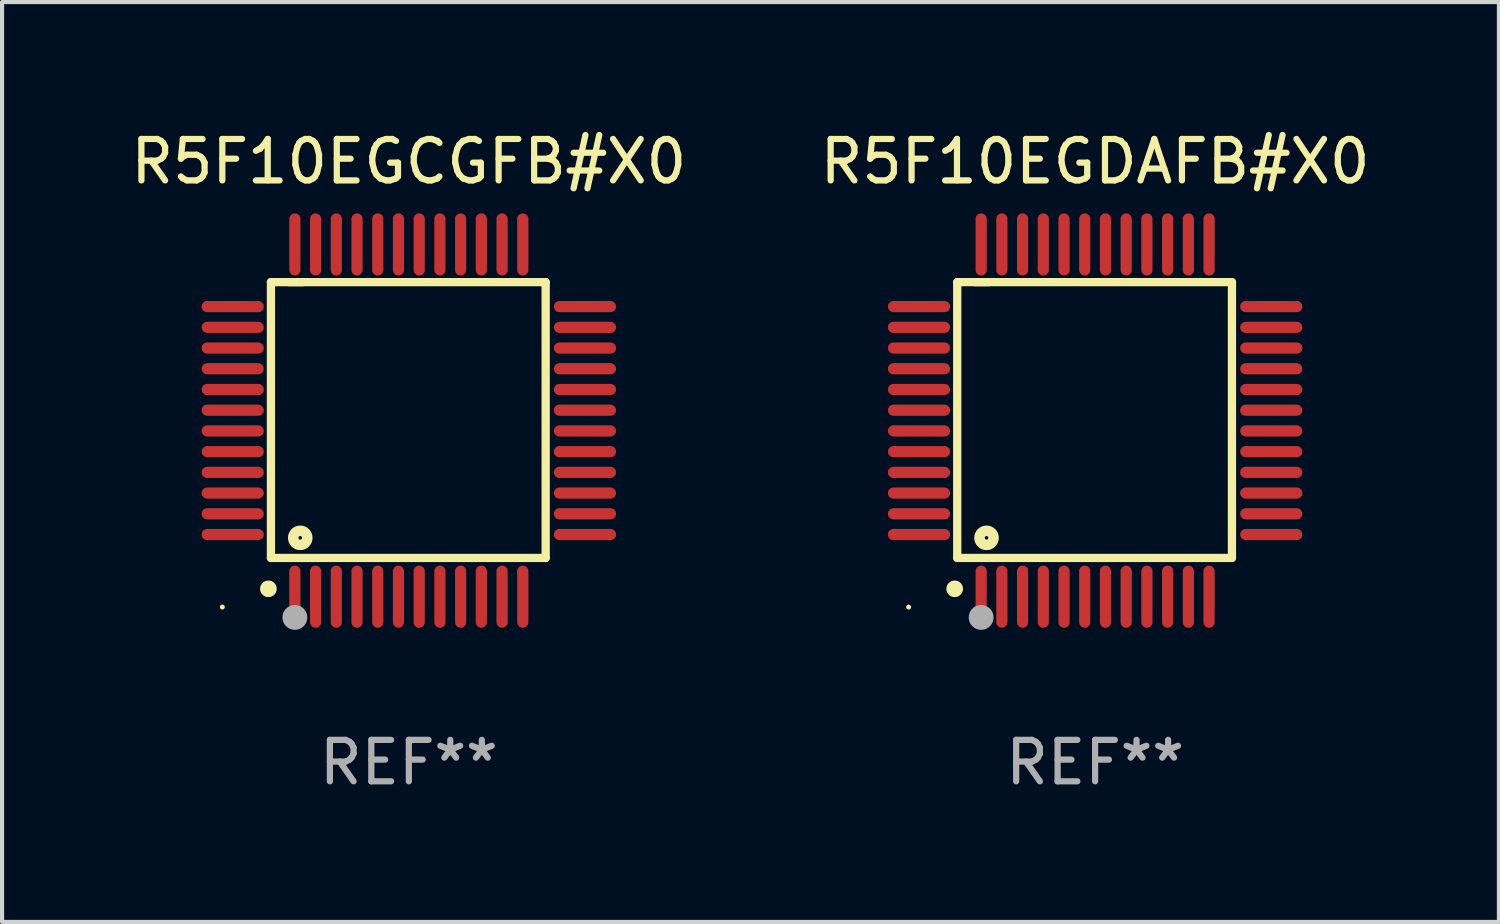
<source format=kicad_pcb>
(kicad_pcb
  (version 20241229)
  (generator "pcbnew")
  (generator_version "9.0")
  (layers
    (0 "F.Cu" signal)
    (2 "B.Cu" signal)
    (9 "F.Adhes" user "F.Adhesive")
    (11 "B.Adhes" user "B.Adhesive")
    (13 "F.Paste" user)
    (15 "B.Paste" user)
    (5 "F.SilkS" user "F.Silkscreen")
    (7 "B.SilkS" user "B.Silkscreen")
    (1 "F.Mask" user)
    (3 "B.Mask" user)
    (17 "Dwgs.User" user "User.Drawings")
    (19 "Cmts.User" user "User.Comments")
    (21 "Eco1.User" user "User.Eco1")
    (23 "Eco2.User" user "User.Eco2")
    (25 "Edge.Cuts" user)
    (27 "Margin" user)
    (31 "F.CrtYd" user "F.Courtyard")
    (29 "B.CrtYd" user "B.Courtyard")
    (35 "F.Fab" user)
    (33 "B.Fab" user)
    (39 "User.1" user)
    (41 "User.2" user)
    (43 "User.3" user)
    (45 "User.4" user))
  (footprint "R5F10EGDAFB#X0"
    (layer "F.Cu")
    (at 23.375 7.098)
    (property "Reference" "R5F10EGDAFB#X0" (at 0 -6.25 0) (layer "F.SilkS") (effects (font (size 1 1) (thickness 0.15))))
    (attr through_hole)
    (fp_line (start -3.327 -3.34) (end -2.565 -3.34) (stroke (width 0.2) (type solid)) (layer "F.SilkS"))
    (fp_line (start -3.327 3.315) (end -3.327 -3.34) (stroke (width 0.2) (type solid)) (layer "F.SilkS"))
    (fp_line (start -2.896 -3.34) (end 3.302 -3.34) (stroke (width 0.2) (type solid)) (layer "F.SilkS"))
    (fp_line (start 3.302 -3.34) (end 3.302 3.315) (stroke (width 0.2) (type solid)) (layer "F.SilkS"))
    (fp_line (start 3.302 3.315) (end -3.327 3.315) (stroke (width 0.2) (type solid)) (layer "F.SilkS"))
    (fp_arc (start -3.389992 4.059995) (mid -3.388722 4.059991) (end -3.387452 4.059995) (stroke (width 0.4) (type solid)) (layer "F.SilkS"))
    (fp_circle (center -4.5 4.5) (end -4.47 4.5) (stroke (width 0.06) (type solid)) (fill no) (layer "F.SilkS"))
    (fp_circle (center -2.62 2.83) (end -2.45 2.83) (stroke (width 0.254) (type solid)) (fill no) (layer "F.SilkS"))
    (fp_circle (center -2.75 4.75) (end -2.6 4.75) (stroke (width 0.3) (type solid)) (fill no) (layer "F.Fab"))
    (fp_text user "REF**" (at 0 8.25 0) (layer "F.Fab") (effects (font (size 1 1) (thickness 0.15))))
    (pad "1" smd oval (at -2.75 4.25) (size 0.27 1.5) (layers "F.Cu" "F.Mask" "F.Paste"))
    (pad "2" smd oval (at -2.25 4.25) (size 0.27 1.5) (layers "F.Cu" "F.Mask" "F.Paste"))
    (pad "3" smd oval (at -1.75 4.25) (size 0.27 1.5) (layers "F.Cu" "F.Mask" "F.Paste"))
    (pad "4" smd oval (at -1.25 4.25) (size 0.27 1.5) (layers "F.Cu" "F.Mask" "F.Paste"))
    (pad "5" smd oval (at -0.75 4.25) (size 0.27 1.5) (layers "F.Cu" "F.Mask" "F.Paste"))
    (pad "6" smd oval (at -0.25 4.25) (size 0.27 1.5) (layers "F.Cu" "F.Mask" "F.Paste"))
    (pad "7" smd oval (at 0.25 4.25) (size 0.27 1.5) (layers "F.Cu" "F.Mask" "F.Paste"))
    (pad "8" smd oval (at 0.75 4.25) (size 0.27 1.5) (layers "F.Cu" "F.Mask" "F.Paste"))
    (pad "9" smd oval (at 1.25 4.25) (size 0.27 1.5) (layers "F.Cu" "F.Mask" "F.Paste"))
    (pad "10" smd oval (at 1.75 4.25) (size 0.27 1.5) (layers "F.Cu" "F.Mask" "F.Paste"))
    (pad "11" smd oval (at 2.25 4.25) (size 0.27 1.5) (layers "F.Cu" "F.Mask" "F.Paste"))
    (pad "12" smd oval (at 2.75 4.25) (size 0.27 1.5) (layers "F.Cu" "F.Mask" "F.Paste"))
    (pad "13" smd oval (at 4.25 2.75) (size 1.5 0.27) (layers "F.Cu" "F.Mask" "F.Paste"))
    (pad "14" smd oval (at 4.25 2.25) (size 1.5 0.27) (layers "F.Cu" "F.Mask" "F.Paste"))
    (pad "15" smd oval (at 4.25 1.75) (size 1.5 0.27) (layers "F.Cu" "F.Mask" "F.Paste"))
    (pad "16" smd oval (at 4.25 1.25) (size 1.5 0.27) (layers "F.Cu" "F.Mask" "F.Paste"))
    (pad "17" smd oval (at 4.25 0.75) (size 1.5 0.27) (layers "F.Cu" "F.Mask" "F.Paste"))
    (pad "18" smd oval (at 4.25 0.25) (size 1.5 0.27) (layers "F.Cu" "F.Mask" "F.Paste"))
    (pad "19" smd oval (at 4.25 -0.25) (size 1.5 0.27) (layers "F.Cu" "F.Mask" "F.Paste"))
    (pad "20" smd oval (at 4.25 -0.75) (size 1.5 0.27) (layers "F.Cu" "F.Mask" "F.Paste"))
    (pad "21" smd oval (at 4.25 -1.25) (size 1.5 0.27) (layers "F.Cu" "F.Mask" "F.Paste"))
    (pad "22" smd oval (at 4.25 -1.75) (size 1.5 0.27) (layers "F.Cu" "F.Mask" "F.Paste"))
    (pad "23" smd oval (at 4.25 -2.25) (size 1.5 0.27) (layers "F.Cu" "F.Mask" "F.Paste"))
    (pad "24" smd oval (at 4.25 -2.75) (size 1.5 0.27) (layers "F.Cu" "F.Mask" "F.Paste"))
    (pad "25" smd oval (at 2.75 -4.25) (size 0.27 1.5) (layers "F.Cu" "F.Mask" "F.Paste"))
    (pad "26" smd oval (at 2.25 -4.25) (size 0.27 1.5) (layers "F.Cu" "F.Mask" "F.Paste"))
    (pad "27" smd oval (at 1.75 -4.25) (size 0.27 1.5) (layers "F.Cu" "F.Mask" "F.Paste"))
    (pad "28" smd oval (at 1.25 -4.25) (size 0.27 1.5) (layers "F.Cu" "F.Mask" "F.Paste"))
    (pad "29" smd oval (at 0.75 -4.25) (size 0.27 1.5) (layers "F.Cu" "F.Mask" "F.Paste"))
    (pad "30" smd oval (at 0.25 -4.25) (size 0.27 1.5) (layers "F.Cu" "F.Mask" "F.Paste"))
    (pad "31" smd oval (at -0.25 -4.25) (size 0.27 1.5) (layers "F.Cu" "F.Mask" "F.Paste"))
    (pad "32" smd oval (at -0.75 -4.25) (size 0.27 1.5) (layers "F.Cu" "F.Mask" "F.Paste"))
    (pad "33" smd oval (at -1.25 -4.25) (size 0.27 1.5) (layers "F.Cu" "F.Mask" "F.Paste"))
    (pad "34" smd oval (at -1.75 -4.25) (size 0.27 1.5) (layers "F.Cu" "F.Mask" "F.Paste"))
    (pad "35" smd oval (at -2.25 -4.25) (size 0.27 1.5) (layers "F.Cu" "F.Mask" "F.Paste"))
    (pad "36" smd oval (at -2.75 -4.25) (size 0.27 1.5) (layers "F.Cu" "F.Mask" "F.Paste"))
    (pad "37" smd oval (at -4.25 -2.75) (size 1.5 0.27) (layers "F.Cu" "F.Mask" "F.Paste"))
    (pad "38" smd oval (at -4.25 -2.25) (size 1.5 0.27) (layers "F.Cu" "F.Mask" "F.Paste"))
    (pad "39" smd oval (at -4.25 -1.75) (size 1.5 0.27) (layers "F.Cu" "F.Mask" "F.Paste"))
    (pad "40" smd oval (at -4.25 -1.25) (size 1.5 0.27) (layers "F.Cu" "F.Mask" "F.Paste"))
    (pad "41" smd oval (at -4.25 -0.75) (size 1.5 0.27) (layers "F.Cu" "F.Mask" "F.Paste"))
    (pad "42" smd oval (at -4.25 -0.25) (size 1.5 0.27) (layers "F.Cu" "F.Mask" "F.Paste"))
    (pad "43" smd oval (at -4.25 0.25) (size 1.5 0.27) (layers "F.Cu" "F.Mask" "F.Paste"))
    (pad "44" smd oval (at -4.25 0.75) (size 1.5 0.27) (layers "F.Cu" "F.Mask" "F.Paste"))
    (pad "45" smd oval (at -4.25 1.25) (size 1.5 0.27) (layers "F.Cu" "F.Mask" "F.Paste"))
    (pad "46" smd oval (at -4.25 1.75) (size 1.5 0.27) (layers "F.Cu" "F.Mask" "F.Paste"))
    (pad "47" smd oval (at -4.25 2.25) (size 1.5 0.27) (layers "F.Cu" "F.Mask" "F.Paste"))
    (pad "48" smd oval (at -4.25 2.75) (size 1.5 0.27) (layers "F.Cu" "F.Mask" "F.Paste")))
  (footprint "R5F10EGCGFB#X0"
    (layer "F.Cu")
    (at 6.815 7.098)
    (property "Reference" "R5F10EGCGFB#X0" (at 0 -6.25 0) (layer "F.SilkS") (effects (font (size 1 1) (thickness 0.15))))
    (attr through_hole)
    (fp_line (start -3.327 -3.34) (end -2.565 -3.34) (stroke (width 0.2) (type solid)) (layer "F.SilkS"))
    (fp_line (start -3.327 3.315) (end -3.327 -3.34) (stroke (width 0.2) (type solid)) (layer "F.SilkS"))
    (fp_line (start -2.896 -3.34) (end 3.302 -3.34) (stroke (width 0.2) (type solid)) (layer "F.SilkS"))
    (fp_line (start 3.302 -3.34) (end 3.302 3.315) (stroke (width 0.2) (type solid)) (layer "F.SilkS"))
    (fp_line (start 3.302 3.315) (end -3.327 3.315) (stroke (width 0.2) (type solid)) (layer "F.SilkS"))
    (fp_arc (start -3.389992 4.059995) (mid -3.388722 4.059991) (end -3.387452 4.059995) (stroke (width 0.4) (type solid)) (layer "F.SilkS"))
    (fp_circle (center -4.5 4.5) (end -4.47 4.5) (stroke (width 0.06) (type solid)) (fill no) (layer "F.SilkS"))
    (fp_circle (center -2.62 2.83) (end -2.45 2.83) (stroke (width 0.254) (type solid)) (fill no) (layer "F.SilkS"))
    (fp_circle (center -2.75 4.75) (end -2.6 4.75) (stroke (width 0.3) (type solid)) (fill no) (layer "F.Fab"))
    (fp_text user "REF**" (at 0 8.25 0) (layer "F.Fab") (effects (font (size 1 1) (thickness 0.15))))
    (pad "1" smd oval (at -2.75 4.25) (size 0.27 1.5) (layers "F.Cu" "F.Mask" "F.Paste"))
    (pad "2" smd oval (at -2.25 4.25) (size 0.27 1.5) (layers "F.Cu" "F.Mask" "F.Paste"))
    (pad "3" smd oval (at -1.75 4.25) (size 0.27 1.5) (layers "F.Cu" "F.Mask" "F.Paste"))
    (pad "4" smd oval (at -1.25 4.25) (size 0.27 1.5) (layers "F.Cu" "F.Mask" "F.Paste"))
    (pad "5" smd oval (at -0.75 4.25) (size 0.27 1.5) (layers "F.Cu" "F.Mask" "F.Paste"))
    (pad "6" smd oval (at -0.25 4.25) (size 0.27 1.5) (layers "F.Cu" "F.Mask" "F.Paste"))
    (pad "7" smd oval (at 0.25 4.25) (size 0.27 1.5) (layers "F.Cu" "F.Mask" "F.Paste"))
    (pad "8" smd oval (at 0.75 4.25) (size 0.27 1.5) (layers "F.Cu" "F.Mask" "F.Paste"))
    (pad "9" smd oval (at 1.25 4.25) (size 0.27 1.5) (layers "F.Cu" "F.Mask" "F.Paste"))
    (pad "10" smd oval (at 1.75 4.25) (size 0.27 1.5) (layers "F.Cu" "F.Mask" "F.Paste"))
    (pad "11" smd oval (at 2.25 4.25) (size 0.27 1.5) (layers "F.Cu" "F.Mask" "F.Paste"))
    (pad "12" smd oval (at 2.75 4.25) (size 0.27 1.5) (layers "F.Cu" "F.Mask" "F.Paste"))
    (pad "13" smd oval (at 4.25 2.75) (size 1.5 0.27) (layers "F.Cu" "F.Mask" "F.Paste"))
    (pad "14" smd oval (at 4.25 2.25) (size 1.5 0.27) (layers "F.Cu" "F.Mask" "F.Paste"))
    (pad "15" smd oval (at 4.25 1.75) (size 1.5 0.27) (layers "F.Cu" "F.Mask" "F.Paste"))
    (pad "16" smd oval (at 4.25 1.25) (size 1.5 0.27) (layers "F.Cu" "F.Mask" "F.Paste"))
    (pad "17" smd oval (at 4.25 0.75) (size 1.5 0.27) (layers "F.Cu" "F.Mask" "F.Paste"))
    (pad "18" smd oval (at 4.25 0.25) (size 1.5 0.27) (layers "F.Cu" "F.Mask" "F.Paste"))
    (pad "19" smd oval (at 4.25 -0.25) (size 1.5 0.27) (layers "F.Cu" "F.Mask" "F.Paste"))
    (pad "20" smd oval (at 4.25 -0.75) (size 1.5 0.27) (layers "F.Cu" "F.Mask" "F.Paste"))
    (pad "21" smd oval (at 4.25 -1.25) (size 1.5 0.27) (layers "F.Cu" "F.Mask" "F.Paste"))
    (pad "22" smd oval (at 4.25 -1.75) (size 1.5 0.27) (layers "F.Cu" "F.Mask" "F.Paste"))
    (pad "23" smd oval (at 4.25 -2.25) (size 1.5 0.27) (layers "F.Cu" "F.Mask" "F.Paste"))
    (pad "24" smd oval (at 4.25 -2.75) (size 1.5 0.27) (layers "F.Cu" "F.Mask" "F.Paste"))
    (pad "25" smd oval (at 2.75 -4.25) (size 0.27 1.5) (layers "F.Cu" "F.Mask" "F.Paste"))
    (pad "26" smd oval (at 2.25 -4.25) (size 0.27 1.5) (layers "F.Cu" "F.Mask" "F.Paste"))
    (pad "27" smd oval (at 1.75 -4.25) (size 0.27 1.5) (layers "F.Cu" "F.Mask" "F.Paste"))
    (pad "28" smd oval (at 1.25 -4.25) (size 0.27 1.5) (layers "F.Cu" "F.Mask" "F.Paste"))
    (pad "29" smd oval (at 0.75 -4.25) (size 0.27 1.5) (layers "F.Cu" "F.Mask" "F.Paste"))
    (pad "30" smd oval (at 0.25 -4.25) (size 0.27 1.5) (layers "F.Cu" "F.Mask" "F.Paste"))
    (pad "31" smd oval (at -0.25 -4.25) (size 0.27 1.5) (layers "F.Cu" "F.Mask" "F.Paste"))
    (pad "32" smd oval (at -0.75 -4.25) (size 0.27 1.5) (layers "F.Cu" "F.Mask" "F.Paste"))
    (pad "33" smd oval (at -1.25 -4.25) (size 0.27 1.5) (layers "F.Cu" "F.Mask" "F.Paste"))
    (pad "34" smd oval (at -1.75 -4.25) (size 0.27 1.5) (layers "F.Cu" "F.Mask" "F.Paste"))
    (pad "35" smd oval (at -2.25 -4.25) (size 0.27 1.5) (layers "F.Cu" "F.Mask" "F.Paste"))
    (pad "36" smd oval (at -2.75 -4.25) (size 0.27 1.5) (layers "F.Cu" "F.Mask" "F.Paste"))
    (pad "37" smd oval (at -4.25 -2.75) (size 1.5 0.27) (layers "F.Cu" "F.Mask" "F.Paste"))
    (pad "38" smd oval (at -4.25 -2.25) (size 1.5 0.27) (layers "F.Cu" "F.Mask" "F.Paste"))
    (pad "39" smd oval (at -4.25 -1.75) (size 1.5 0.27) (layers "F.Cu" "F.Mask" "F.Paste"))
    (pad "40" smd oval (at -4.25 -1.25) (size 1.5 0.27) (layers "F.Cu" "F.Mask" "F.Paste"))
    (pad "41" smd oval (at -4.25 -0.75) (size 1.5 0.27) (layers "F.Cu" "F.Mask" "F.Paste"))
    (pad "42" smd oval (at -4.25 -0.25) (size 1.5 0.27) (layers "F.Cu" "F.Mask" "F.Paste"))
    (pad "43" smd oval (at -4.25 0.25) (size 1.5 0.27) (layers "F.Cu" "F.Mask" "F.Paste"))
    (pad "44" smd oval (at -4.25 0.75) (size 1.5 0.27) (layers "F.Cu" "F.Mask" "F.Paste"))
    (pad "45" smd oval (at -4.25 1.25) (size 1.5 0.27) (layers "F.Cu" "F.Mask" "F.Paste"))
    (pad "46" smd oval (at -4.25 1.75) (size 1.5 0.27) (layers "F.Cu" "F.Mask" "F.Paste"))
    (pad "47" smd oval (at -4.25 2.25) (size 1.5 0.27) (layers "F.Cu" "F.Mask" "F.Paste"))
    (pad "48" smd oval (at -4.25 2.75) (size 1.5 0.27) (layers "F.Cu" "F.Mask" "F.Paste")))
  (gr_rect
    (start -3 -3)
    (end 33.119 19.196)
    (stroke (width 0.1) (type default))
    (fill no)
    (layer "Edge.Cuts")))
</source>
